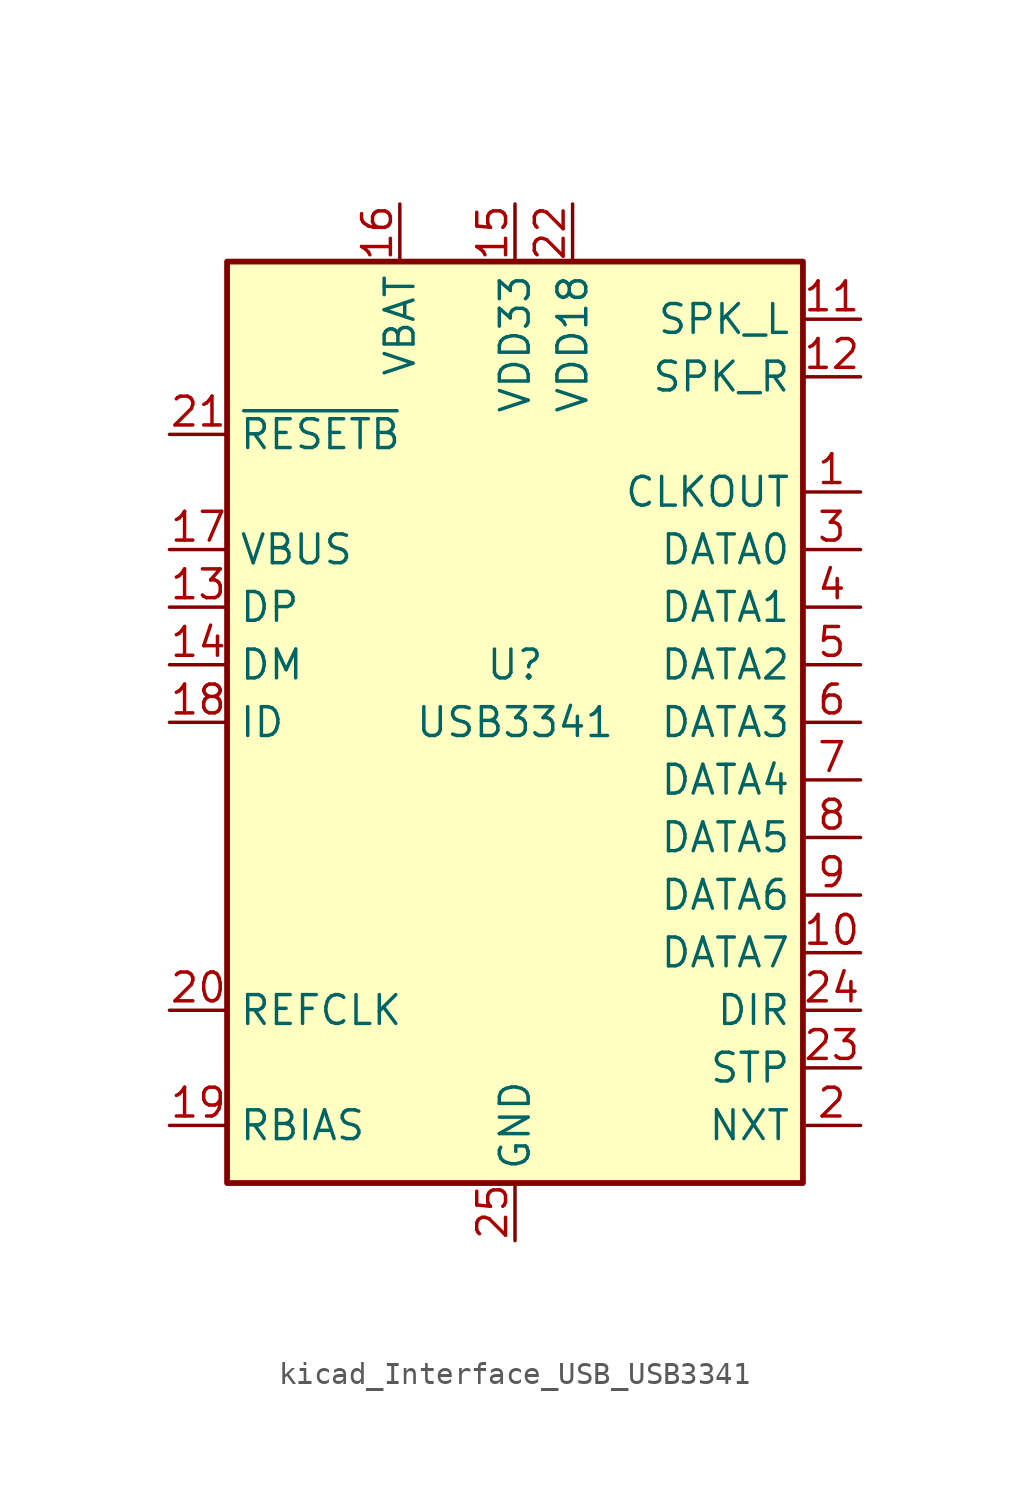
<source format=kicad_sym>
(kicad_symbol_lib
  (version 20220914)
  (generator kicad_symbol_editor)
  (symbol "kicad_Interface_USB_USB3341"
    (property "Reference" "U"
      (at 0 2.54 0)
      (effects (font (size 1.27 1.27))))
    (property "Value" "USB3341"
      (at 0 0 0)
      (effects (font (size 1.27 1.27))))
    (symbol "kicad_Interface_USB_USB3341_0_1"
      (rectangle (start -12.7 20.32) (end 12.7 -20.32) (stroke (width 0.254) (type default)) (fill (type background))))
    (symbol "kicad_Interface_USB_USB3341_1_1"
      (pin output line (at 15.24 10.16 180) (length 2.54) (name "CLKOUT" (effects (font (size 1.27 1.27)))) (number "1" (effects (font (size 1.27 1.27)))))
      (pin bidirectional line (at 15.24 -10.16 180) (length 2.54) (name "DATA7" (effects (font (size 1.27 1.27)))) (number "10" (effects (font (size 1.27 1.27)))))
      (pin bidirectional line (at 15.24 17.78 180) (length 2.54) (name "SPK_L" (effects (font (size 1.27 1.27)))) (number "11" (effects (font (size 1.27 1.27)))))
      (pin bidirectional line (at 15.24 15.24 180) (length 2.54) (name "SPK_R" (effects (font (size 1.27 1.27)))) (number "12" (effects (font (size 1.27 1.27)))))
      (pin bidirectional line (at -15.24 5.08 0) (length 2.54) (name "DP" (effects (font (size 1.27 1.27)))) (number "13" (effects (font (size 1.27 1.27)))))
      (pin bidirectional line (at -15.24 2.54 0) (length 2.54) (name "DM" (effects (font (size 1.27 1.27)))) (number "14" (effects (font (size 1.27 1.27)))))
      (pin power_out line (at 0 22.86 270) (length 2.54) (name "VDD33" (effects (font (size 1.27 1.27)))) (number "15" (effects (font (size 1.27 1.27)))))
      (pin power_in line (at -5.08 22.86 270) (length 2.54) (name "VBAT" (effects (font (size 1.27 1.27)))) (number "16" (effects (font (size 1.27 1.27)))))
      (pin input line (at -15.24 7.62 0) (length 2.54) (name "VBUS" (effects (font (size 1.27 1.27)))) (number "17" (effects (font (size 1.27 1.27)))))
      (pin input line (at -15.24 0 0) (length 2.54) (name "ID" (effects (font (size 1.27 1.27)))) (number "18" (effects (font (size 1.27 1.27)))))
      (pin passive line (at -15.24 -17.78 0) (length 2.54) (name "RBIAS" (effects (font (size 1.27 1.27)))) (number "19" (effects (font (size 1.27 1.27)))))
      (pin output line (at 15.24 -17.78 180) (length 2.54) (name "NXT" (effects (font (size 1.27 1.27)))) (number "2" (effects (font (size 1.27 1.27)))))
      (pin input line (at -15.24 -12.7 0) (length 2.54) (name "REFCLK" (effects (font (size 1.27 1.27)))) (number "20" (effects (font (size 1.27 1.27)))))
      (pin input line (at -15.24 12.7 0) (length 2.54) (name "~{RESETB}" (effects (font (size 1.27 1.27)))) (number "21" (effects (font (size 1.27 1.27)))))
      (pin power_out line (at 2.54 22.86 270) (length 2.54) (name "VDD18" (effects (font (size 1.27 1.27)))) (number "22" (effects (font (size 1.27 1.27)))))
      (pin input line (at 15.24 -15.24 180) (length 2.54) (name "STP" (effects (font (size 1.27 1.27)))) (number "23" (effects (font (size 1.27 1.27)))))
      (pin output line (at 15.24 -12.7 180) (length 2.54) (name "DIR" (effects (font (size 1.27 1.27)))) (number "24" (effects (font (size 1.27 1.27)))))
      (pin power_in line (at 0 -22.86 90) (length 2.54) (name "GND" (effects (font (size 1.27 1.27)))) (number "25" (effects (font (size 1.27 1.27)))))
      (pin bidirectional line (at 15.24 7.62 180) (length 2.54) (name "DATA0" (effects (font (size 1.27 1.27)))) (number "3" (effects (font (size 1.27 1.27)))))
      (pin bidirectional line (at 15.24 5.08 180) (length 2.54) (name "DATA1" (effects (font (size 1.27 1.27)))) (number "4" (effects (font (size 1.27 1.27)))))
      (pin bidirectional line (at 15.24 2.54 180) (length 2.54) (name "DATA2" (effects (font (size 1.27 1.27)))) (number "5" (effects (font (size 1.27 1.27)))))
      (pin bidirectional line (at 15.24 0 180) (length 2.54) (name "DATA3" (effects (font (size 1.27 1.27)))) (number "6" (effects (font (size 1.27 1.27)))))
      (pin bidirectional line (at 15.24 -2.54 180) (length 2.54) (name "DATA4" (effects (font (size 1.27 1.27)))) (number "7" (effects (font (size 1.27 1.27)))))
      (pin bidirectional line (at 15.24 -5.08 180) (length 2.54) (name "DATA5" (effects (font (size 1.27 1.27)))) (number "8" (effects (font (size 1.27 1.27)))))
      (pin bidirectional line (at 15.24 -7.62 180) (length 2.54) (name "DATA6" (effects (font (size 1.27 1.27)))) (number "9" (effects (font (size 1.27 1.27))))))))
</source>
